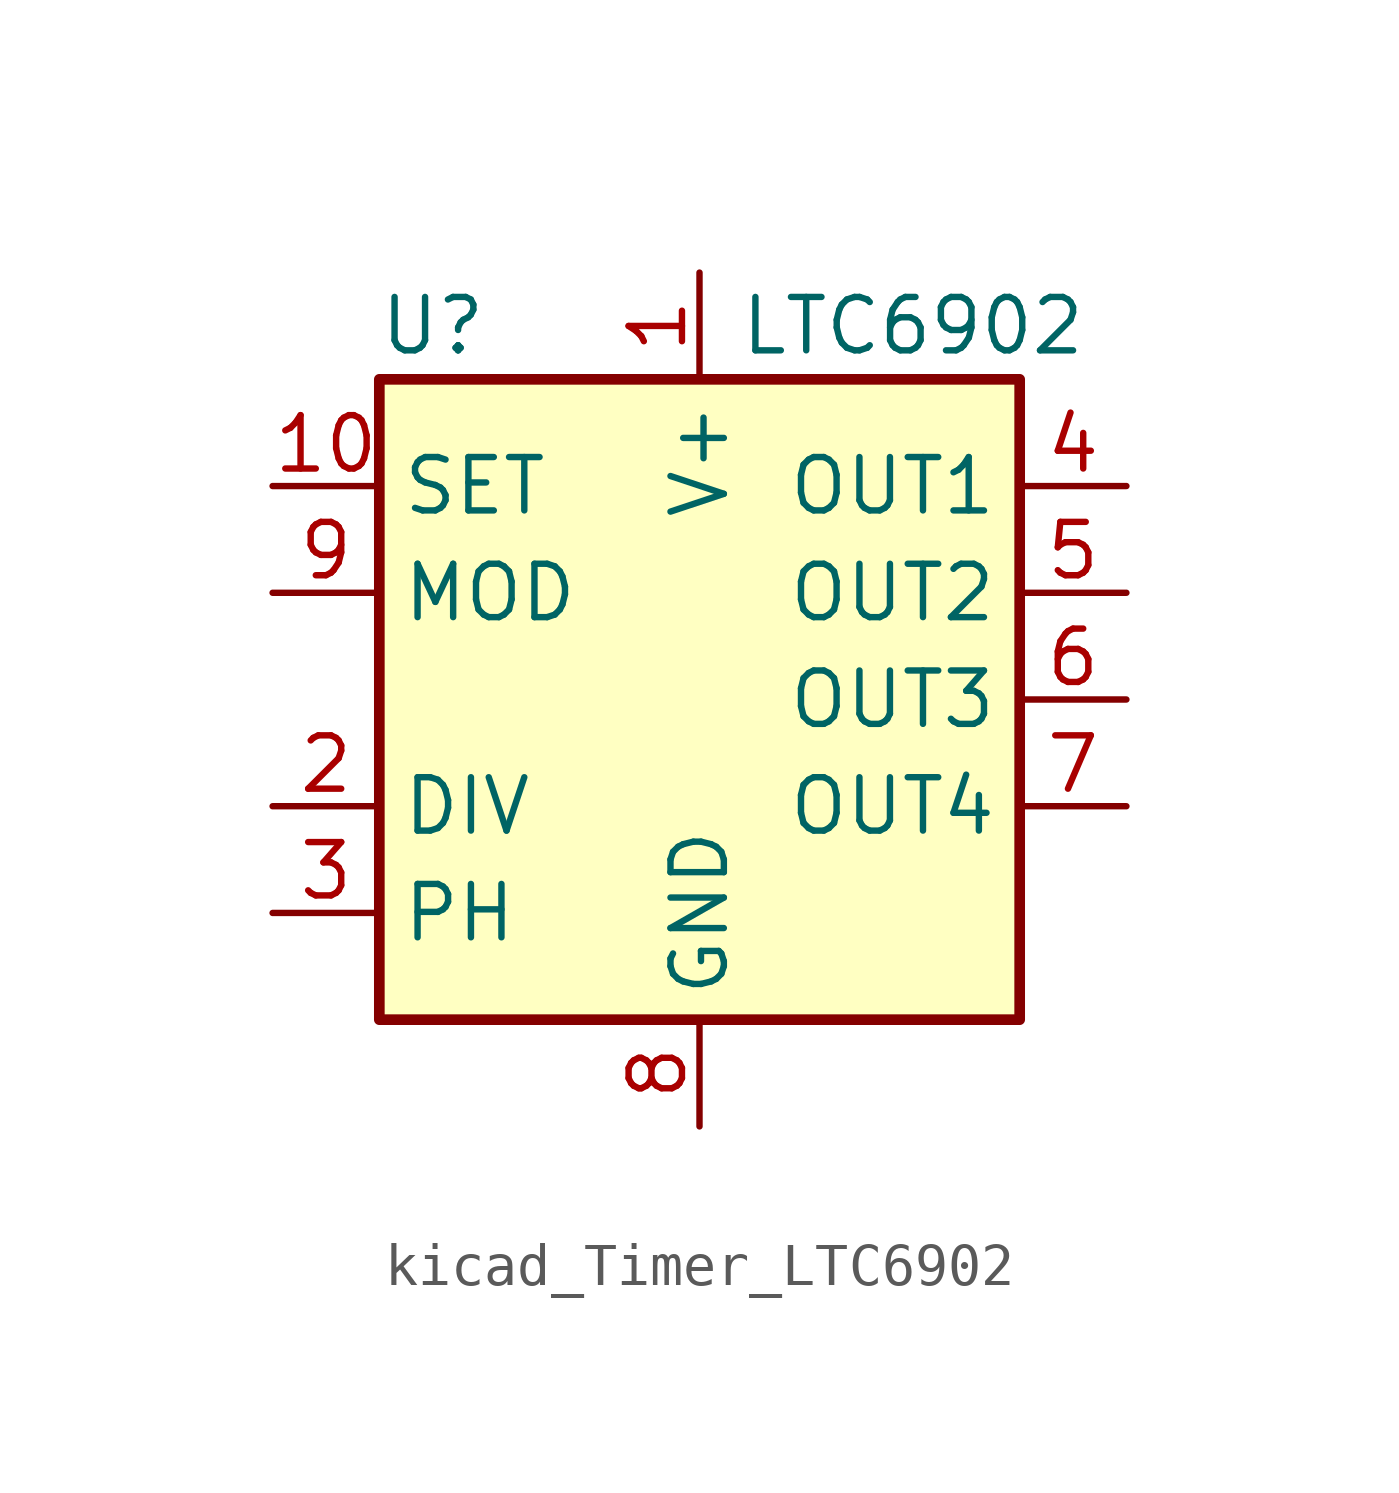
<source format=kicad_sym>
(kicad_symbol_lib
  (version 20220914)
  (generator kicad_symbol_editor)
  (symbol "kicad_Timer_LTC6902"
    (property "Reference" "U"
      (at -6.35 8.89 0)
      (effects (font (size 1.27 1.27))))
    (property "Value" "LTC6902"
      (at 5.08 8.89 0)
      (effects (font (size 1.27 1.27))))
    (symbol "kicad_Timer_LTC6902_0_1"
      (rectangle (start -7.62 7.62) (end 7.62 -7.62) (stroke (width 0.254) (type default)) (fill (type background))))
    (symbol "kicad_Timer_LTC6902_1_1"
      (pin power_in line (at 0 10.16 270) (length 2.54) (name "V+" (effects (font (size 1.27 1.27)))) (number "1" (effects (font (size 1.27 1.27)))))
      (pin passive line (at -10.16 5.08 0) (length 2.54) (name "SET" (effects (font (size 1.27 1.27)))) (number "10" (effects (font (size 1.27 1.27)))))
      (pin input line (at -10.16 -2.54 0) (length 2.54) (name "DIV" (effects (font (size 1.27 1.27)))) (number "2" (effects (font (size 1.27 1.27)))))
      (pin input line (at -10.16 -5.08 0) (length 2.54) (name "PH" (effects (font (size 1.27 1.27)))) (number "3" (effects (font (size 1.27 1.27)))))
      (pin output line (at 10.16 5.08 180) (length 2.54) (name "OUT1" (effects (font (size 1.27 1.27)))) (number "4" (effects (font (size 1.27 1.27)))))
      (pin output line (at 10.16 2.54 180) (length 2.54) (name "OUT2" (effects (font (size 1.27 1.27)))) (number "5" (effects (font (size 1.27 1.27)))))
      (pin output line (at 10.16 0 180) (length 2.54) (name "OUT3" (effects (font (size 1.27 1.27)))) (number "6" (effects (font (size 1.27 1.27)))))
      (pin output line (at 10.16 -2.54 180) (length 2.54) (name "OUT4" (effects (font (size 1.27 1.27)))) (number "7" (effects (font (size 1.27 1.27)))))
      (pin power_in line (at 0 -10.16 90) (length 2.54) (name "GND" (effects (font (size 1.27 1.27)))) (number "8" (effects (font (size 1.27 1.27)))))
      (pin passive line (at -10.16 2.54 0) (length 2.54) (name "MOD" (effects (font (size 1.27 1.27)))) (number "9" (effects (font (size 1.27 1.27))))))))
</source>
